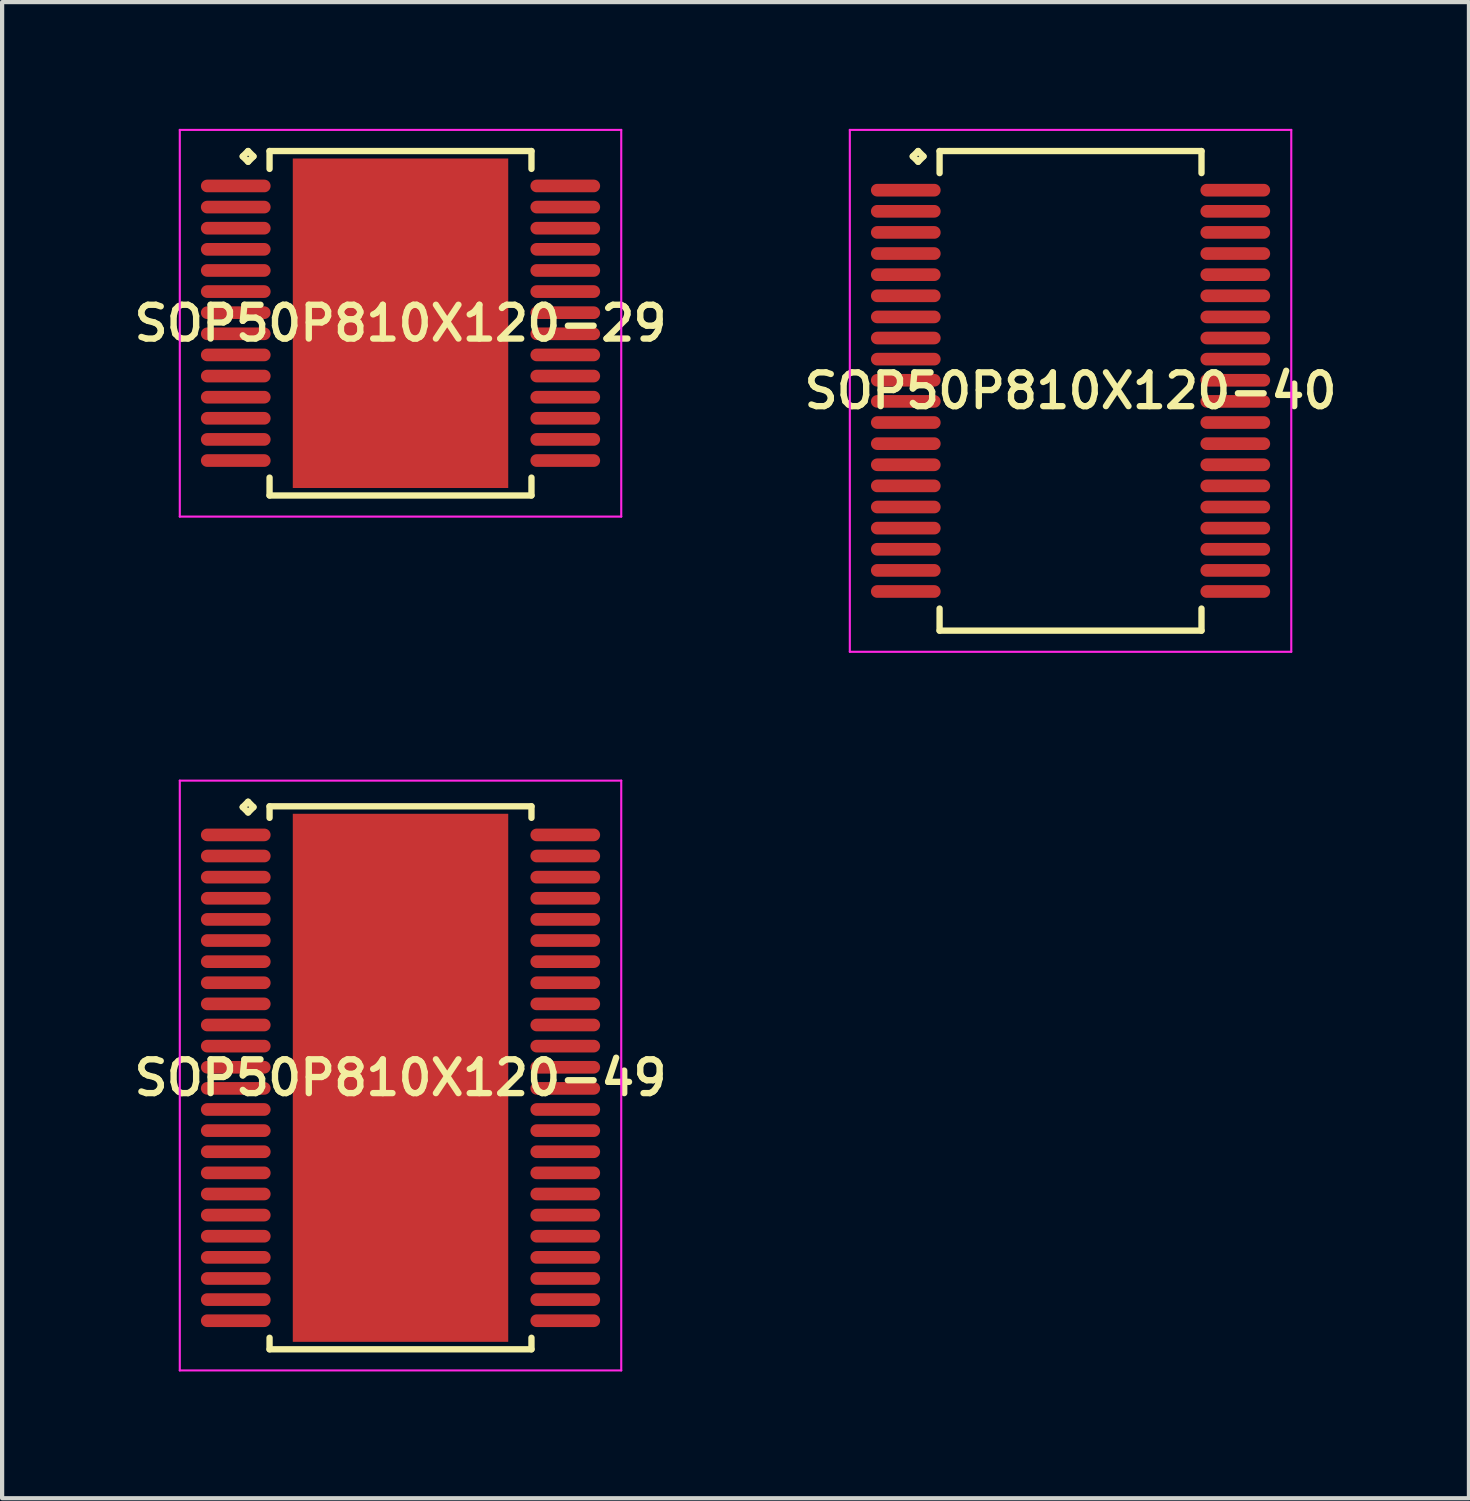
<source format=kicad_pcb>
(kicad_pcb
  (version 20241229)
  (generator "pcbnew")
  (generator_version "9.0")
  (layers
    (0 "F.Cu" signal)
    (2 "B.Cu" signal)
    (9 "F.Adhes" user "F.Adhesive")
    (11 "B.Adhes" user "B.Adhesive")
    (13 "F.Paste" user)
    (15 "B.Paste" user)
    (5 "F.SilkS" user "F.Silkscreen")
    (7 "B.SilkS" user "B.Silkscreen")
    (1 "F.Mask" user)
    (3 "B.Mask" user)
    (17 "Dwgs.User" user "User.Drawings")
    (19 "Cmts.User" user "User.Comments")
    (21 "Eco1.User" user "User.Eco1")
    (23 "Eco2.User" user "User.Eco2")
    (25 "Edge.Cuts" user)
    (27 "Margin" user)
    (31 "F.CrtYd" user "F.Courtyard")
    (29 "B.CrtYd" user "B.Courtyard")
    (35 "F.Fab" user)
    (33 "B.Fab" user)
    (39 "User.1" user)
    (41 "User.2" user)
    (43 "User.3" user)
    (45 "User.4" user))
  (footprint "SOP50P810X120-29"
    (layer "F.Cu")
    (at 6.431 4.602)
    (property "Reference" "SOP50P810X120-29" (at 0 0 0) (layer "F.SilkS") (effects (font (size 0.8 0.8) (thickness 0.15))))
    (attr smd)
    (fp_line (start -3.735 -3.95) (end -3.608 -4.077) (stroke (width 0.15) (type solid)) (layer "F.SilkS"))
    (fp_line (start -3.608 -4.077) (end -3.481 -3.95) (stroke (width 0.15) (type solid)) (layer "F.SilkS"))
    (fp_line (start -3.608 -3.823) (end -3.735 -3.95) (stroke (width 0.15) (type solid)) (layer "F.SilkS"))
    (fp_line (start -3.481 -3.95) (end -3.608 -3.823) (stroke (width 0.15) (type solid)) (layer "F.SilkS"))
    (fp_line (start -3.1 -4.077) (end 3.1 -4.077) (stroke (width 0.15) (type solid)) (layer "F.SilkS"))
    (fp_line (start -3.1 -3.654) (end -3.1 -4.077) (stroke (width 0.15) (type solid)) (layer "F.SilkS"))
    (fp_line (start -3.1 3.654) (end -3.1 4.077) (stroke (width 0.15) (type solid)) (layer "F.SilkS"))
    (fp_line (start -3.1 4.077) (end 3.1 4.077) (stroke (width 0.15) (type solid)) (layer "F.SilkS"))
    (fp_line (start 3.1 -4.077) (end 3.1 -3.654) (stroke (width 0.15) (type solid)) (layer "F.SilkS"))
    (fp_line (start 3.1 4.077) (end 3.1 3.654) (stroke (width 0.15) (type solid)) (layer "F.SilkS"))
    (fp_line (start -5.225 -4.577) (end 5.225 -4.577) (stroke (width 0.05) (type solid)) (layer "F.CrtYd"))
    (fp_line (start -5.225 4.577) (end -5.225 -4.577) (stroke (width 0.05) (type solid)) (layer "F.CrtYd"))
    (fp_line (start 5.225 -4.577) (end 5.225 4.577) (stroke (width 0.05) (type solid)) (layer "F.CrtYd"))
    (fp_line (start 5.225 4.577) (end -5.225 4.577) (stroke (width 0.05) (type solid)) (layer "F.CrtYd"))
    (pad "1" smd oval (at -3.9 -3.25) (size 1.65 0.3) (layers "F.Cu" "F.Mask" "F.Paste"))
    (pad "2" smd oval (at -3.9 -2.75) (size 1.65 0.3) (layers "F.Cu" "F.Mask" "F.Paste"))
    (pad "3" smd oval (at -3.9 -2.25) (size 1.65 0.3) (layers "F.Cu" "F.Mask" "F.Paste"))
    (pad "4" smd oval (at -3.9 -1.75) (size 1.65 0.3) (layers "F.Cu" "F.Mask" "F.Paste"))
    (pad "5" smd oval (at -3.9 -1.25) (size 1.65 0.3) (layers "F.Cu" "F.Mask" "F.Paste"))
    (pad "6" smd oval (at -3.9 -0.75) (size 1.65 0.3) (layers "F.Cu" "F.Mask" "F.Paste"))
    (pad "7" smd oval (at -3.9 -0.25) (size 1.65 0.3) (layers "F.Cu" "F.Mask" "F.Paste"))
    (pad "8" smd oval (at -3.9 0.25) (size 1.65 0.3) (layers "F.Cu" "F.Mask" "F.Paste"))
    (pad "9" smd oval (at -3.9 0.75) (size 1.65 0.3) (layers "F.Cu" "F.Mask" "F.Paste"))
    (pad "10" smd oval (at -3.9 1.25) (size 1.65 0.3) (layers "F.Cu" "F.Mask" "F.Paste"))
    (pad "11" smd oval (at -3.9 1.75) (size 1.65 0.3) (layers "F.Cu" "F.Mask" "F.Paste"))
    (pad "12" smd oval (at -3.9 2.25) (size 1.65 0.3) (layers "F.Cu" "F.Mask" "F.Paste"))
    (pad "13" smd oval (at -3.9 2.75) (size 1.65 0.3) (layers "F.Cu" "F.Mask" "F.Paste"))
    (pad "14" smd oval (at -3.9 3.25) (size 1.65 0.3) (layers "F.Cu" "F.Mask" "F.Paste"))
    (pad "15" smd oval (at 3.9 3.25) (size 1.65 0.3) (layers "F.Cu" "F.Mask" "F.Paste"))
    (pad "16" smd oval (at 3.9 2.75) (size 1.65 0.3) (layers "F.Cu" "F.Mask" "F.Paste"))
    (pad "17" smd oval (at 3.9 2.25) (size 1.65 0.3) (layers "F.Cu" "F.Mask" "F.Paste"))
    (pad "18" smd oval (at 3.9 1.75) (size 1.65 0.3) (layers "F.Cu" "F.Mask" "F.Paste"))
    (pad "19" smd oval (at 3.9 1.25) (size 1.65 0.3) (layers "F.Cu" "F.Mask" "F.Paste"))
    (pad "20" smd oval (at 3.9 0.75) (size 1.65 0.3) (layers "F.Cu" "F.Mask" "F.Paste"))
    (pad "21" smd oval (at 3.9 0.25) (size 1.65 0.3) (layers "F.Cu" "F.Mask" "F.Paste"))
    (pad "22" smd oval (at 3.9 -0.25) (size 1.65 0.3) (layers "F.Cu" "F.Mask" "F.Paste"))
    (pad "23" smd oval (at 3.9 -0.75) (size 1.65 0.3) (layers "F.Cu" "F.Mask" "F.Paste"))
    (pad "24" smd oval (at 3.9 -1.25) (size 1.65 0.3) (layers "F.Cu" "F.Mask" "F.Paste"))
    (pad "25" smd oval (at 3.9 -1.75) (size 1.65 0.3) (layers "F.Cu" "F.Mask" "F.Paste"))
    (pad "26" smd oval (at 3.9 -2.25) (size 1.65 0.3) (layers "F.Cu" "F.Mask" "F.Paste"))
    (pad "27" smd oval (at 3.9 -2.75) (size 1.65 0.3) (layers "F.Cu" "F.Mask" "F.Paste"))
    (pad "28" smd oval (at 3.9 -3.25) (size 1.65 0.3) (layers "F.Cu" "F.Mask" "F.Paste"))
    (pad "29" smd rect (at 0 0) (size 5.1 7.8) (layers "F.Cu" "F.Mask" "F.Paste")))
  (footprint "SOP50P810X120-40"
    (layer "F.Cu")
    (at 22.292 6.202)
    (property "Reference" "SOP50P810X120-40" (at 0 0 0) (layer "F.SilkS") (effects (font (size 0.8 0.8) (thickness 0.15))))
    (attr smd)
    (fp_line (start -3.735 -5.55) (end -3.608 -5.677) (stroke (width 0.15) (type solid)) (layer "F.SilkS"))
    (fp_line (start -3.608 -5.677) (end -3.481 -5.55) (stroke (width 0.15) (type solid)) (layer "F.SilkS"))
    (fp_line (start -3.608 -5.423) (end -3.735 -5.55) (stroke (width 0.15) (type solid)) (layer "F.SilkS"))
    (fp_line (start -3.481 -5.55) (end -3.608 -5.423) (stroke (width 0.15) (type solid)) (layer "F.SilkS"))
    (fp_line (start -3.1 -5.677) (end 3.1 -5.677) (stroke (width 0.15) (type solid)) (layer "F.SilkS"))
    (fp_line (start -3.1 -5.154) (end -3.1 -5.677) (stroke (width 0.15) (type solid)) (layer "F.SilkS"))
    (fp_line (start -3.1 5.154) (end -3.1 5.677) (stroke (width 0.15) (type solid)) (layer "F.SilkS"))
    (fp_line (start -3.1 5.677) (end 3.1 5.677) (stroke (width 0.15) (type solid)) (layer "F.SilkS"))
    (fp_line (start 3.1 -5.677) (end 3.1 -5.154) (stroke (width 0.15) (type solid)) (layer "F.SilkS"))
    (fp_line (start 3.1 5.677) (end 3.1 5.154) (stroke (width 0.15) (type solid)) (layer "F.SilkS"))
    (fp_line (start -5.225 -6.177) (end 5.225 -6.177) (stroke (width 0.05) (type solid)) (layer "F.CrtYd"))
    (fp_line (start -5.225 6.177) (end -5.225 -6.177) (stroke (width 0.05) (type solid)) (layer "F.CrtYd"))
    (fp_line (start 5.225 -6.177) (end 5.225 6.177) (stroke (width 0.05) (type solid)) (layer "F.CrtYd"))
    (fp_line (start 5.225 6.177) (end -5.225 6.177) (stroke (width 0.05) (type solid)) (layer "F.CrtYd"))
    (pad "1" smd oval (at -3.9 -4.75) (size 1.65 0.3) (layers "F.Cu" "F.Mask" "F.Paste"))
    (pad "2" smd oval (at -3.9 -4.25) (size 1.65 0.3) (layers "F.Cu" "F.Mask" "F.Paste"))
    (pad "3" smd oval (at -3.9 -3.75) (size 1.65 0.3) (layers "F.Cu" "F.Mask" "F.Paste"))
    (pad "4" smd oval (at -3.9 -3.25) (size 1.65 0.3) (layers "F.Cu" "F.Mask" "F.Paste"))
    (pad "5" smd oval (at -3.9 -2.75) (size 1.65 0.3) (layers "F.Cu" "F.Mask" "F.Paste"))
    (pad "6" smd oval (at -3.9 -2.25) (size 1.65 0.3) (layers "F.Cu" "F.Mask" "F.Paste"))
    (pad "7" smd oval (at -3.9 -1.75) (size 1.65 0.3) (layers "F.Cu" "F.Mask" "F.Paste"))
    (pad "8" smd oval (at -3.9 -1.25) (size 1.65 0.3) (layers "F.Cu" "F.Mask" "F.Paste"))
    (pad "9" smd oval (at -3.9 -0.75) (size 1.65 0.3) (layers "F.Cu" "F.Mask" "F.Paste"))
    (pad "10" smd oval (at -3.9 -0.25) (size 1.65 0.3) (layers "F.Cu" "F.Mask" "F.Paste"))
    (pad "11" smd oval (at -3.9 0.25) (size 1.65 0.3) (layers "F.Cu" "F.Mask" "F.Paste"))
    (pad "12" smd oval (at -3.9 0.75) (size 1.65 0.3) (layers "F.Cu" "F.Mask" "F.Paste"))
    (pad "13" smd oval (at -3.9 1.25) (size 1.65 0.3) (layers "F.Cu" "F.Mask" "F.Paste"))
    (pad "14" smd oval (at -3.9 1.75) (size 1.65 0.3) (layers "F.Cu" "F.Mask" "F.Paste"))
    (pad "15" smd oval (at -3.9 2.25) (size 1.65 0.3) (layers "F.Cu" "F.Mask" "F.Paste"))
    (pad "16" smd oval (at -3.9 2.75) (size 1.65 0.3) (layers "F.Cu" "F.Mask" "F.Paste"))
    (pad "17" smd oval (at -3.9 3.25) (size 1.65 0.3) (layers "F.Cu" "F.Mask" "F.Paste"))
    (pad "18" smd oval (at -3.9 3.75) (size 1.65 0.3) (layers "F.Cu" "F.Mask" "F.Paste"))
    (pad "19" smd oval (at -3.9 4.25) (size 1.65 0.3) (layers "F.Cu" "F.Mask" "F.Paste"))
    (pad "20" smd oval (at -3.9 4.75) (size 1.65 0.3) (layers "F.Cu" "F.Mask" "F.Paste"))
    (pad "21" smd oval (at 3.9 4.75) (size 1.65 0.3) (layers "F.Cu" "F.Mask" "F.Paste"))
    (pad "22" smd oval (at 3.9 4.25) (size 1.65 0.3) (layers "F.Cu" "F.Mask" "F.Paste"))
    (pad "23" smd oval (at 3.9 3.75) (size 1.65 0.3) (layers "F.Cu" "F.Mask" "F.Paste"))
    (pad "24" smd oval (at 3.9 3.25) (size 1.65 0.3) (layers "F.Cu" "F.Mask" "F.Paste"))
    (pad "25" smd oval (at 3.9 2.75) (size 1.65 0.3) (layers "F.Cu" "F.Mask" "F.Paste"))
    (pad "26" smd oval (at 3.9 2.25) (size 1.65 0.3) (layers "F.Cu" "F.Mask" "F.Paste"))
    (pad "27" smd oval (at 3.9 1.75) (size 1.65 0.3) (layers "F.Cu" "F.Mask" "F.Paste"))
    (pad "28" smd oval (at 3.9 1.25) (size 1.65 0.3) (layers "F.Cu" "F.Mask" "F.Paste"))
    (pad "29" smd oval (at 3.9 0.75) (size 1.65 0.3) (layers "F.Cu" "F.Mask" "F.Paste"))
    (pad "30" smd oval (at 3.9 0.25) (size 1.65 0.3) (layers "F.Cu" "F.Mask" "F.Paste"))
    (pad "31" smd oval (at 3.9 -0.25) (size 1.65 0.3) (layers "F.Cu" "F.Mask" "F.Paste"))
    (pad "32" smd oval (at 3.9 -0.75) (size 1.65 0.3) (layers "F.Cu" "F.Mask" "F.Paste"))
    (pad "33" smd oval (at 3.9 -1.25) (size 1.65 0.3) (layers "F.Cu" "F.Mask" "F.Paste"))
    (pad "34" smd oval (at 3.9 -1.75) (size 1.65 0.3) (layers "F.Cu" "F.Mask" "F.Paste"))
    (pad "35" smd oval (at 3.9 -2.25) (size 1.65 0.3) (layers "F.Cu" "F.Mask" "F.Paste"))
    (pad "36" smd oval (at 3.9 -2.75) (size 1.65 0.3) (layers "F.Cu" "F.Mask" "F.Paste"))
    (pad "37" smd oval (at 3.9 -3.25) (size 1.65 0.3) (layers "F.Cu" "F.Mask" "F.Paste"))
    (pad "38" smd oval (at 3.9 -3.75) (size 1.65 0.3) (layers "F.Cu" "F.Mask" "F.Paste"))
    (pad "39" smd oval (at 3.9 -4.25) (size 1.65 0.3) (layers "F.Cu" "F.Mask" "F.Paste"))
    (pad "40" smd oval (at 3.9 -4.75) (size 1.65 0.3) (layers "F.Cu" "F.Mask" "F.Paste")))
  (footprint "SOP50P810X120-49"
    (layer "F.Cu")
    (at 6.431 22.464)
    (property "Reference" "SOP50P810X120-49" (at 0 0 0) (layer "F.SilkS") (effects (font (size 0.8 0.8) (thickness 0.15))))
    (attr smd)
    (fp_line (start -3.735 -6.408) (end -3.608 -6.535) (stroke (width 0.15) (type solid)) (layer "F.SilkS"))
    (fp_line (start -3.608 -6.535) (end -3.481 -6.408) (stroke (width 0.15) (type solid)) (layer "F.SilkS"))
    (fp_line (start -3.608 -6.281) (end -3.735 -6.408) (stroke (width 0.15) (type solid)) (layer "F.SilkS"))
    (fp_line (start -3.481 -6.408) (end -3.608 -6.281) (stroke (width 0.15) (type solid)) (layer "F.SilkS"))
    (fp_line (start -3.1 -6.427) (end 3.1 -6.427) (stroke (width 0.15) (type solid)) (layer "F.SilkS"))
    (fp_line (start -3.1 -6.154) (end -3.1 -6.427) (stroke (width 0.15) (type solid)) (layer "F.SilkS"))
    (fp_line (start -3.1 6.154) (end -3.1 6.427) (stroke (width 0.15) (type solid)) (layer "F.SilkS"))
    (fp_line (start -3.1 6.427) (end 3.1 6.427) (stroke (width 0.15) (type solid)) (layer "F.SilkS"))
    (fp_line (start 3.1 -6.427) (end 3.1 -6.154) (stroke (width 0.15) (type solid)) (layer "F.SilkS"))
    (fp_line (start 3.1 6.427) (end 3.1 6.154) (stroke (width 0.15) (type solid)) (layer "F.SilkS"))
    (fp_line (start -5.225 -7.035) (end 5.225 -7.035) (stroke (width 0.05) (type solid)) (layer "F.CrtYd"))
    (fp_line (start -5.225 6.927) (end -5.225 -7.035) (stroke (width 0.05) (type solid)) (layer "F.CrtYd"))
    (fp_line (start 5.225 -7.035) (end 5.225 6.927) (stroke (width 0.05) (type solid)) (layer "F.CrtYd"))
    (fp_line (start 5.225 6.927) (end -5.225 6.927) (stroke (width 0.05) (type solid)) (layer "F.CrtYd"))
    (pad "1" smd oval (at -3.9 -5.75) (size 1.65 0.3) (layers "F.Cu" "F.Mask" "F.Paste"))
    (pad "2" smd oval (at -3.9 -5.25) (size 1.65 0.3) (layers "F.Cu" "F.Mask" "F.Paste"))
    (pad "3" smd oval (at -3.9 -4.75) (size 1.65 0.3) (layers "F.Cu" "F.Mask" "F.Paste"))
    (pad "4" smd oval (at -3.9 -4.25) (size 1.65 0.3) (layers "F.Cu" "F.Mask" "F.Paste"))
    (pad "5" smd oval (at -3.9 -3.75) (size 1.65 0.3) (layers "F.Cu" "F.Mask" "F.Paste"))
    (pad "6" smd oval (at -3.9 -3.25) (size 1.65 0.3) (layers "F.Cu" "F.Mask" "F.Paste"))
    (pad "7" smd oval (at -3.9 -2.75) (size 1.65 0.3) (layers "F.Cu" "F.Mask" "F.Paste"))
    (pad "8" smd oval (at -3.9 -2.25) (size 1.65 0.3) (layers "F.Cu" "F.Mask" "F.Paste"))
    (pad "9" smd oval (at -3.9 -1.75) (size 1.65 0.3) (layers "F.Cu" "F.Mask" "F.Paste"))
    (pad "10" smd oval (at -3.9 -1.25) (size 1.65 0.3) (layers "F.Cu" "F.Mask" "F.Paste"))
    (pad "11" smd oval (at -3.9 -0.75) (size 1.65 0.3) (layers "F.Cu" "F.Mask" "F.Paste"))
    (pad "12" smd oval (at -3.9 -0.25) (size 1.65 0.3) (layers "F.Cu" "F.Mask" "F.Paste"))
    (pad "13" smd oval (at -3.9 0.25) (size 1.65 0.3) (layers "F.Cu" "F.Mask" "F.Paste"))
    (pad "14" smd oval (at -3.9 0.75) (size 1.65 0.3) (layers "F.Cu" "F.Mask" "F.Paste"))
    (pad "15" smd oval (at -3.9 1.25) (size 1.65 0.3) (layers "F.Cu" "F.Mask" "F.Paste"))
    (pad "16" smd oval (at -3.9 1.75) (size 1.65 0.3) (layers "F.Cu" "F.Mask" "F.Paste"))
    (pad "17" smd oval (at -3.9 2.25) (size 1.65 0.3) (layers "F.Cu" "F.Mask" "F.Paste"))
    (pad "18" smd oval (at -3.9 2.75) (size 1.65 0.3) (layers "F.Cu" "F.Mask" "F.Paste"))
    (pad "19" smd oval (at -3.9 3.25) (size 1.65 0.3) (layers "F.Cu" "F.Mask" "F.Paste"))
    (pad "20" smd oval (at -3.9 3.75) (size 1.65 0.3) (layers "F.Cu" "F.Mask" "F.Paste"))
    (pad "21" smd oval (at -3.9 4.25) (size 1.65 0.3) (layers "F.Cu" "F.Mask" "F.Paste"))
    (pad "22" smd oval (at -3.9 4.75) (size 1.65 0.3) (layers "F.Cu" "F.Mask" "F.Paste"))
    (pad "23" smd oval (at -3.9 5.25) (size 1.65 0.3) (layers "F.Cu" "F.Mask" "F.Paste"))
    (pad "24" smd oval (at -3.9 5.75) (size 1.65 0.3) (layers "F.Cu" "F.Mask" "F.Paste"))
    (pad "25" smd oval (at 3.9 5.75) (size 1.65 0.3) (layers "F.Cu" "F.Mask" "F.Paste"))
    (pad "26" smd oval (at 3.9 5.25) (size 1.65 0.3) (layers "F.Cu" "F.Mask" "F.Paste"))
    (pad "27" smd oval (at 3.9 4.75) (size 1.65 0.3) (layers "F.Cu" "F.Mask" "F.Paste"))
    (pad "28" smd oval (at 3.9 4.25) (size 1.65 0.3) (layers "F.Cu" "F.Mask" "F.Paste"))
    (pad "29" smd oval (at 3.9 3.75) (size 1.65 0.3) (layers "F.Cu" "F.Mask" "F.Paste"))
    (pad "30" smd oval (at 3.9 3.25) (size 1.65 0.3) (layers "F.Cu" "F.Mask" "F.Paste"))
    (pad "31" smd oval (at 3.9 2.75) (size 1.65 0.3) (layers "F.Cu" "F.Mask" "F.Paste"))
    (pad "32" smd oval (at 3.9 2.25) (size 1.65 0.3) (layers "F.Cu" "F.Mask" "F.Paste"))
    (pad "33" smd oval (at 3.9 1.75) (size 1.65 0.3) (layers "F.Cu" "F.Mask" "F.Paste"))
    (pad "34" smd oval (at 3.9 1.25) (size 1.65 0.3) (layers "F.Cu" "F.Mask" "F.Paste"))
    (pad "35" smd oval (at 3.9 0.75) (size 1.65 0.3) (layers "F.Cu" "F.Mask" "F.Paste"))
    (pad "36" smd oval (at 3.9 0.25) (size 1.65 0.3) (layers "F.Cu" "F.Mask" "F.Paste"))
    (pad "37" smd oval (at 3.9 -0.25) (size 1.65 0.3) (layers "F.Cu" "F.Mask" "F.Paste"))
    (pad "38" smd oval (at 3.9 -0.75) (size 1.65 0.3) (layers "F.Cu" "F.Mask" "F.Paste"))
    (pad "39" smd oval (at 3.9 -1.25) (size 1.65 0.3) (layers "F.Cu" "F.Mask" "F.Paste"))
    (pad "40" smd oval (at 3.9 -1.75) (size 1.65 0.3) (layers "F.Cu" "F.Mask" "F.Paste"))
    (pad "41" smd oval (at 3.9 -2.25) (size 1.65 0.3) (layers "F.Cu" "F.Mask" "F.Paste"))
    (pad "42" smd oval (at 3.9 -2.75) (size 1.65 0.3) (layers "F.Cu" "F.Mask" "F.Paste"))
    (pad "43" smd oval (at 3.9 -3.25) (size 1.65 0.3) (layers "F.Cu" "F.Mask" "F.Paste"))
    (pad "44" smd oval (at 3.9 -3.75) (size 1.65 0.3) (layers "F.Cu" "F.Mask" "F.Paste"))
    (pad "45" smd oval (at 3.9 -4.25) (size 1.65 0.3) (layers "F.Cu" "F.Mask" "F.Paste"))
    (pad "46" smd oval (at 3.9 -4.75) (size 1.65 0.3) (layers "F.Cu" "F.Mask" "F.Paste"))
    (pad "47" smd oval (at 3.9 -5.25) (size 1.65 0.3) (layers "F.Cu" "F.Mask" "F.Paste"))
    (pad "48" smd oval (at 3.9 -5.75) (size 1.65 0.3) (layers "F.Cu" "F.Mask" "F.Paste"))
    (pad "49" smd rect (at 0 0) (size 5.1 12.5) (layers "F.Cu" "F.Mask" "F.Paste")))
  (gr_rect
    (start -3 -3)
    (end 31.723 32.416)
    (stroke (width 0.1) (type default))
    (fill no)
    (layer "Edge.Cuts")))
</source>
